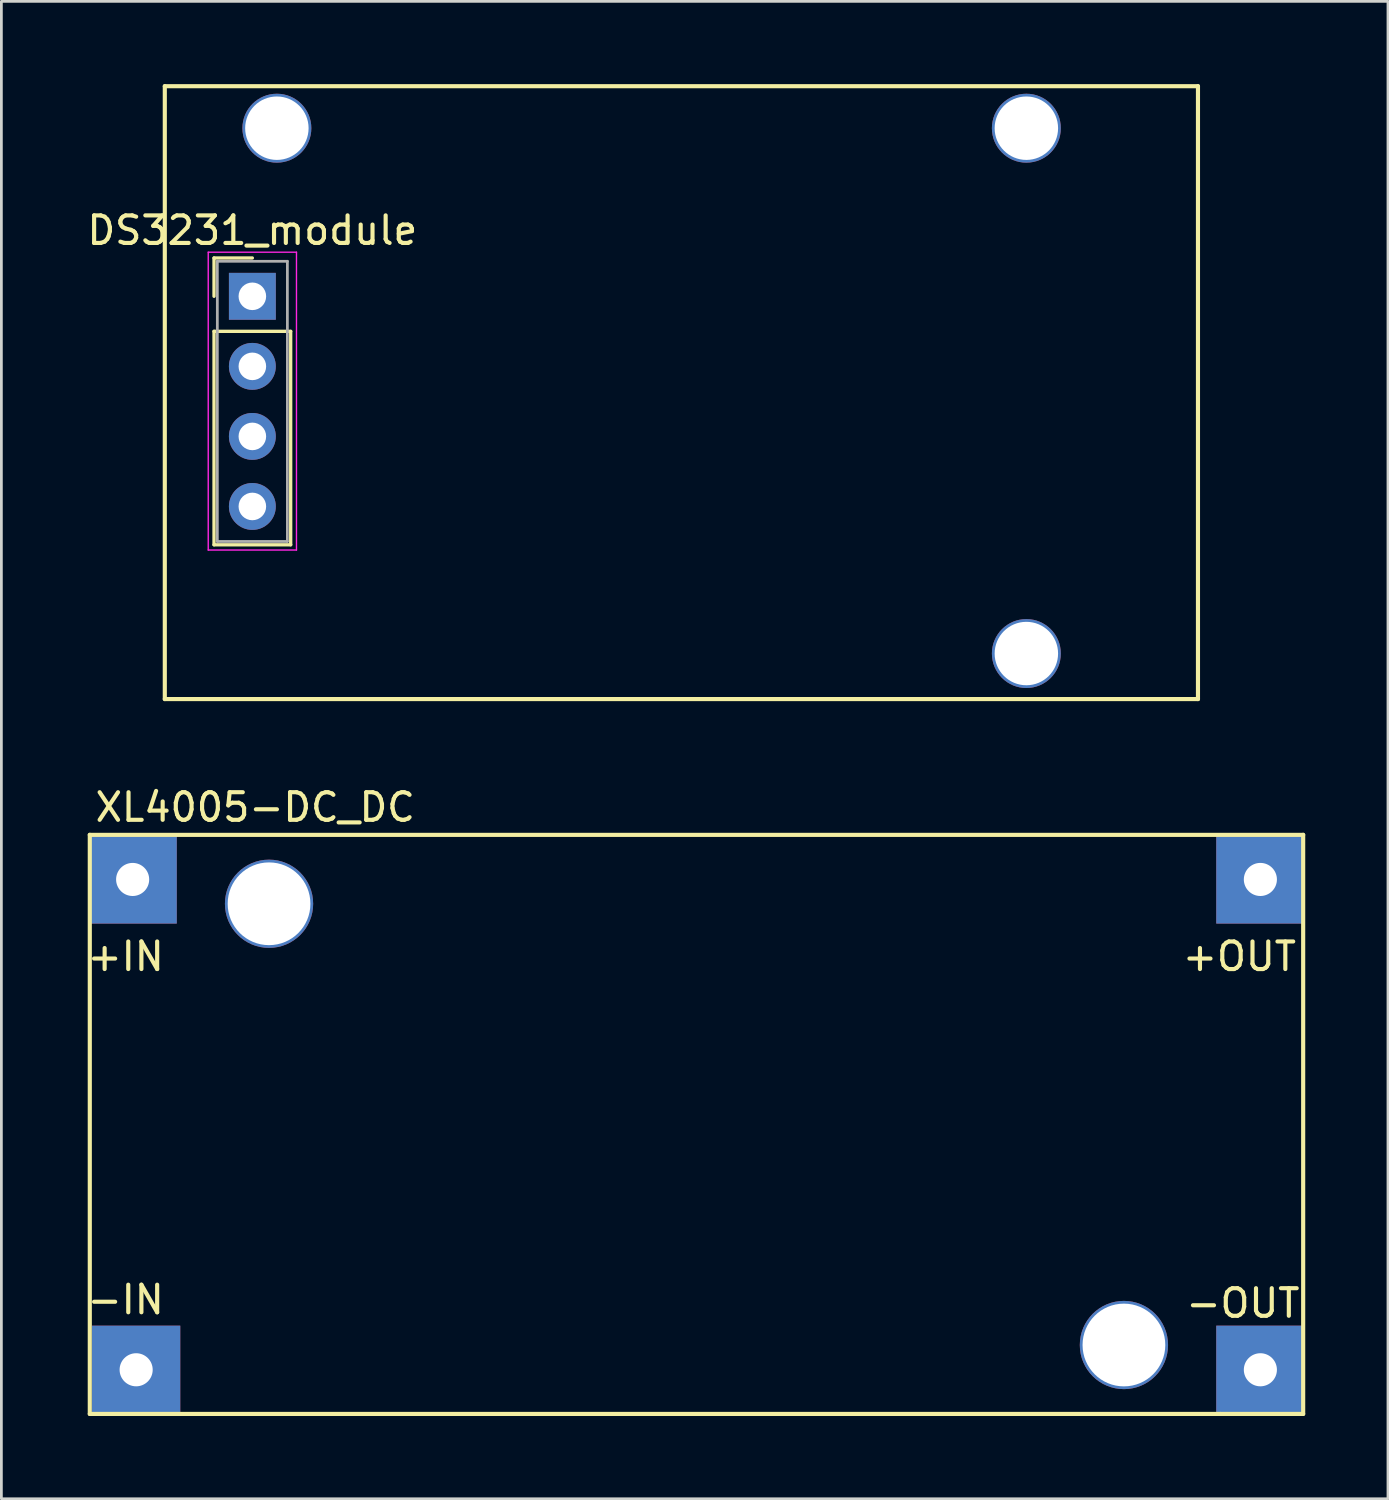
<source format=kicad_pcb>
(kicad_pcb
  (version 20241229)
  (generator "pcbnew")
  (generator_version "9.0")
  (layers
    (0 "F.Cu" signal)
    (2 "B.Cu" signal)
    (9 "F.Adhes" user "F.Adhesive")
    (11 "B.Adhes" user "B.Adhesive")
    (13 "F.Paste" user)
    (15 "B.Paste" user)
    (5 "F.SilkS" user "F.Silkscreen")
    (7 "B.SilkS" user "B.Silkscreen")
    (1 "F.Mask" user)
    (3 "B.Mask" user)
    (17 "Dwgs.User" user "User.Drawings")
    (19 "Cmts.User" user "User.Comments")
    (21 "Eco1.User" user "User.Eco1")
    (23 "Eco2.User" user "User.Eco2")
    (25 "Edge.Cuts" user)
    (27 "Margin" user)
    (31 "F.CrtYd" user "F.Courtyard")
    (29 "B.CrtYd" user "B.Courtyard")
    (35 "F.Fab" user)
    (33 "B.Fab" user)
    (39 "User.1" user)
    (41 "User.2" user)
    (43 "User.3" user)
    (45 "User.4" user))
  (footprint "DS3231_module"
    (layer "F.Cu")
    (at 6.736 7.695)
    (property "Reference" "DS3231_module" (at -0.635 -2.39 0) (layer "F.SilkS") (effects (font (size 1 1) (thickness 0.15))))
    (attr through_hole)
    (fp_line (start -3.81 -7.62) (end -3.81 14.605) (stroke (width 0.15) (type solid)) (layer "F.SilkS"))
    (fp_line (start -3.81 14.605) (end 33.655 14.605) (stroke (width 0.15) (type solid)) (layer "F.SilkS"))
    (fp_line (start -2.025 -1.39) (end -0.635 -1.39) (stroke (width 0.12) (type solid)) (layer "F.SilkS"))
    (fp_line (start -2.025 0) (end -2.025 -1.39) (stroke (width 0.12) (type solid)) (layer "F.SilkS"))
    (fp_line (start -2.025 1.27) (end -2.025 9.01) (stroke (width 0.12) (type solid)) (layer "F.SilkS"))
    (fp_line (start -2.025 9.01) (end 0.755 9.01) (stroke (width 0.12) (type solid)) (layer "F.SilkS"))
    (fp_line (start 0.755 1.27) (end -2.025 1.27) (stroke (width 0.12) (type solid)) (layer "F.SilkS"))
    (fp_line (start 0.755 9.01) (end 0.755 1.27) (stroke (width 0.12) (type solid)) (layer "F.SilkS"))
    (fp_line (start 33.655 -7.62) (end -3.81 -7.62) (stroke (width 0.15) (type solid)) (layer "F.SilkS"))
    (fp_line (start 33.655 14.605) (end 33.655 -7.62) (stroke (width 0.15) (type solid)) (layer "F.SilkS"))
    (fp_line (start -2.235 -1.6) (end -2.235 9.2) (stroke (width 0.05) (type solid)) (layer "F.CrtYd"))
    (fp_line (start -2.235 9.2) (end 0.965 9.2) (stroke (width 0.05) (type solid)) (layer "F.CrtYd"))
    (fp_line (start 0.965 -1.6) (end -2.235 -1.6) (stroke (width 0.05) (type solid)) (layer "F.CrtYd"))
    (fp_line (start 0.965 9.2) (end 0.965 -1.6) (stroke (width 0.05) (type solid)) (layer "F.CrtYd"))
    (fp_line (start -1.905 -1.27) (end -1.905 8.89) (stroke (width 0.1) (type solid)) (layer "F.Fab"))
    (fp_line (start -1.905 8.89) (end 0.635 8.89) (stroke (width 0.1) (type solid)) (layer "F.Fab"))
    (fp_line (start 0.635 -1.27) (end -1.905 -1.27) (stroke (width 0.1) (type solid)) (layer "F.Fab"))
    (fp_line (start 0.635 8.89) (end 0.635 -1.27) (stroke (width 0.1) (type solid)) (layer "F.Fab"))
    (pad "" thru_hole circle (at 0.254 -6.096) (size 2.5 2.5) (drill 2.3) (layers "*.Cu" "*.Mask"))
    (pad "" thru_hole circle (at 27.432 -6.096) (size 2.5 2.5) (drill 2.3) (layers "*.Cu" "*.Mask"))
    (pad "" thru_hole circle (at 27.432 12.954) (size 2.5 2.5) (drill 2.3) (layers "*.Cu" "*.Mask"))
    (pad "1" thru_hole rect (at -0.635 0) (size 1.7 1.7) (drill 1) (layers "*.Cu" "*.Mask"))
    (pad "2" thru_hole oval (at -0.635 2.54) (size 1.7 1.7) (drill 1) (layers "*.Cu" "*.Mask"))
    (pad "3" thru_hole oval (at -0.635 5.08) (size 1.7 1.7) (drill 1) (layers "*.Cu" "*.Mask"))
    (pad "4" thru_hole oval (at -0.635 7.62) (size 1.7 1.7) (drill 1) (layers "*.Cu" "*.Mask")))
  (footprint "XL4005-DC_DC"
    (layer "F.Cu")
    (at 14.206 37.223)
    (property "Reference" "XL4005-DC_DC" (at -8 -11 0) (layer "F.SilkS") (effects (font (size 1 1) (thickness 0.15))))
    (attr through_hole)
    (fp_line (start -14 -10) (end -14 11) (stroke (width 0.15) (type solid)) (layer "F.SilkS"))
    (fp_line (start -14 11) (end 27 11) (stroke (width 0.15) (type solid)) (layer "F.SilkS"))
    (fp_line (start 27 11) (end 30 11) (stroke (width 0.15) (type solid)) (layer "F.SilkS"))
    (fp_line (start 30 -10) (end -14 -10) (stroke (width 0.15) (type solid)) (layer "F.SilkS"))
    (fp_line (start 30 11) (end 30 -10) (stroke (width 0.15) (type solid)) (layer "F.SilkS"))
    (fp_text user "-IN" (at -12.7 6.858 0) (layer "F.SilkS") (effects (font (size 1 1) (thickness 0.15))))
    (fp_text user "-OUT" (at 27.813 6.985 0) (layer "F.SilkS") (effects (font (size 1 1) (thickness 0.15))))
    (fp_text user "+IN" (at -12.7 -5.588 0) (layer "F.SilkS") (effects (font (size 1 1) (thickness 0.15))))
    (fp_text user "+OUT" (at 27.686 -5.588 0) (layer "F.SilkS") (effects (font (size 1 1) (thickness 0.15))))
    (pad "" thru_hole circle (at -7.5 -7.5) (size 3.2 3.2) (drill 3) (layers "*.Cu" "*.Mask"))
    (pad "" thru_hole circle (at 23.5 8.5) (size 3.2 3.2) (drill 3) (layers "*.Cu" "*.Mask"))
    (pad "1" thru_hole rect (at -12.446 -8.382) (size 3.2 3.2) (drill 1.2) (layers "*.Cu" "*.Mask"))
    (pad "2" thru_hole rect (at -12.319 9.398) (size 3.2 3.2) (drill 1.2) (layers "*.Cu" "*.Mask"))
    (pad "3" thru_hole rect (at 28.448 9.398) (size 3.2 3.2) (drill 1.2) (layers "*.Cu" "*.Mask"))
    (pad "4" thru_hole rect (at 28.448 -8.382) (size 3.2 3.2) (drill 1.2) (layers "*.Cu" "*.Mask")))
  (gr_rect
    (start -3 -3)
    (end 47.281 51.298)
    (stroke (width 0.1) (type default))
    (fill no)
    (layer "Edge.Cuts")))
</source>
